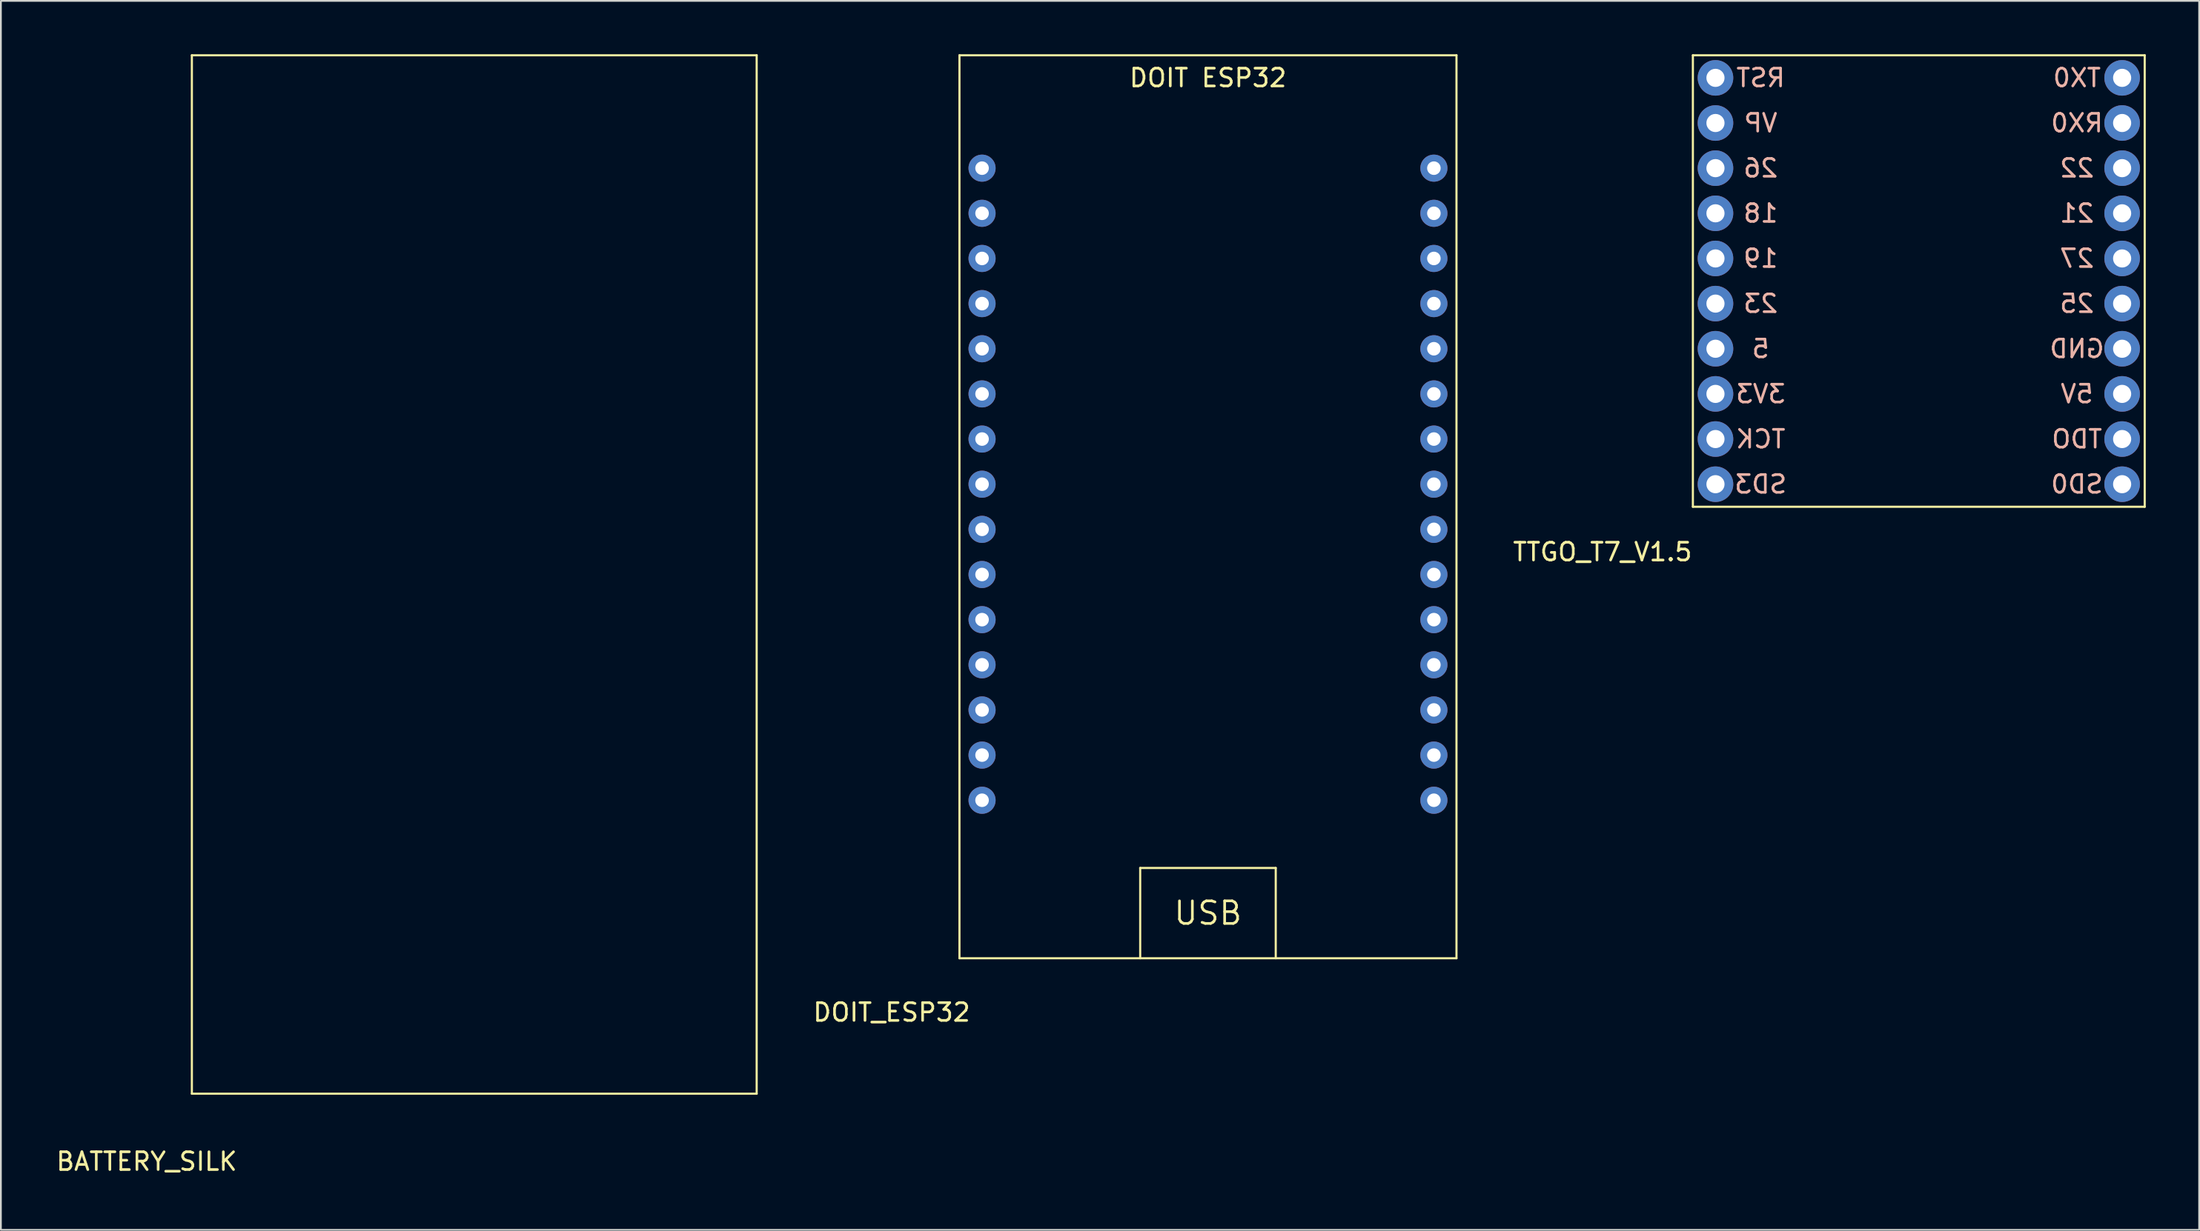
<source format=kicad_pcb>
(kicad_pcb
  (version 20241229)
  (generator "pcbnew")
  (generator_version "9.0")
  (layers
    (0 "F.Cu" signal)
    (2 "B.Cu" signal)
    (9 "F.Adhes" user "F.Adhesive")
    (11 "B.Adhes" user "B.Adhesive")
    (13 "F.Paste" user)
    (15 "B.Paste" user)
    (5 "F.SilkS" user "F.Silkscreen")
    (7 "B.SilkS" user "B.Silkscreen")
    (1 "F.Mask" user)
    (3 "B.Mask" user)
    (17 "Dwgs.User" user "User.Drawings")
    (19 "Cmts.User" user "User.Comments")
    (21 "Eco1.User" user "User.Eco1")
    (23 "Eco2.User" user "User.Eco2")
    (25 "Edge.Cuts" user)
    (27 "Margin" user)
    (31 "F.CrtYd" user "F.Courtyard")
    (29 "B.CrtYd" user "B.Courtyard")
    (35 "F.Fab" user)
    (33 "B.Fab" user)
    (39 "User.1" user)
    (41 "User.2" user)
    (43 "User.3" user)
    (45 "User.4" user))
  (footprint "DOIT_ESP32"
    (layer "F.Cu")
    (at 50.886 50.86)
    (property "Reference" "DOIT_ESP32" (at -3.81 3.04 0) (layer "F.SilkS") (effects (font (size 1 1) (thickness 0.15))))
    (attr through_hole)
    (fp_line (start 0 -50.8) (end 0 0) (stroke (width 0.12) (type solid)) (layer "F.SilkS"))
    (fp_line (start 0 0) (end 27.94 0) (stroke (width 0.12) (type solid)) (layer "F.SilkS"))
    (fp_line (start 10.16 -5.08) (end 17.78 -5.08) (stroke (width 0.12) (type solid)) (layer "F.SilkS"))
    (fp_line (start 10.16 0) (end 10.16 -5.08) (stroke (width 0.12) (type solid)) (layer "F.SilkS"))
    (fp_line (start 17.78 -5.08) (end 17.78 0) (stroke (width 0.12) (type solid)) (layer "F.SilkS"))
    (fp_line (start 27.94 -50.8) (end 0 -50.8) (stroke (width 0.12) (type solid)) (layer "F.SilkS"))
    (fp_line (start 27.94 0) (end 27.94 -50.8) (stroke (width 0.12) (type solid)) (layer "F.SilkS"))
    (fp_text user "USB" (at 13.97 -2.54 0) (layer "F.SilkS") (effects (font (size 1.27 1.27) (thickness 0.15))))
    (fp_text user "DOIT ESP32" (at 13.97 -49.53 0) (layer "F.SilkS") (effects (font (size 1 1) (thickness 0.15))))
    (pad "1" thru_hole circle (at 26.67 -8.89) (size 1.524 1.524) (drill 0.762) (layers "*.Cu" "*.Mask"))
    (pad "2" thru_hole circle (at 26.67 -11.43) (size 1.524 1.524) (drill 0.762) (layers "*.Cu" "*.Mask"))
    (pad "3" thru_hole circle (at 26.67 -13.97) (size 1.524 1.524) (drill 0.762) (layers "*.Cu" "*.Mask"))
    (pad "4" thru_hole circle (at 26.67 -16.51) (size 1.524 1.524) (drill 0.762) (layers "*.Cu" "*.Mask"))
    (pad "5" thru_hole circle (at 26.67 -19.05) (size 1.524 1.524) (drill 0.762) (layers "*.Cu" "*.Mask"))
    (pad "6" thru_hole circle (at 26.67 -21.59) (size 1.524 1.524) (drill 0.762) (layers "*.Cu" "*.Mask"))
    (pad "7" thru_hole circle (at 26.67 -24.13) (size 1.524 1.524) (drill 0.762) (layers "*.Cu" "*.Mask"))
    (pad "8" thru_hole circle (at 26.67 -26.67) (size 1.524 1.524) (drill 0.762) (layers "*.Cu" "*.Mask"))
    (pad "9" thru_hole circle (at 26.67 -29.21) (size 1.524 1.524) (drill 0.762) (layers "*.Cu" "*.Mask"))
    (pad "10" thru_hole circle (at 26.67 -31.75) (size 1.524 1.524) (drill 0.762) (layers "*.Cu" "*.Mask"))
    (pad "11" thru_hole circle (at 26.67 -34.29) (size 1.524 1.524) (drill 0.762) (layers "*.Cu" "*.Mask"))
    (pad "12" thru_hole circle (at 26.67 -36.83) (size 1.524 1.524) (drill 0.762) (layers "*.Cu" "*.Mask"))
    (pad "13" thru_hole circle (at 26.67 -39.37) (size 1.524 1.524) (drill 0.762) (layers "*.Cu" "*.Mask"))
    (pad "14" thru_hole circle (at 26.67 -41.91) (size 1.524 1.524) (drill 0.762) (layers "*.Cu" "*.Mask"))
    (pad "15" thru_hole circle (at 26.67 -44.45) (size 1.524 1.524) (drill 0.762) (layers "*.Cu" "*.Mask"))
    (pad "16" thru_hole circle (at 1.27 -44.45) (size 1.524 1.524) (drill 0.762) (layers "*.Cu" "*.Mask"))
    (pad "17" thru_hole circle (at 1.27 -41.91) (size 1.524 1.524) (drill 0.762) (layers "*.Cu" "*.Mask"))
    (pad "18" thru_hole circle (at 1.27 -39.37) (size 1.524 1.524) (drill 0.762) (layers "*.Cu" "*.Mask"))
    (pad "19" thru_hole circle (at 1.27 -36.83) (size 1.524 1.524) (drill 0.762) (layers "*.Cu" "*.Mask"))
    (pad "20" thru_hole circle (at 1.27 -34.29) (size 1.524 1.524) (drill 0.762) (layers "*.Cu" "*.Mask"))
    (pad "21" thru_hole circle (at 1.27 -31.75) (size 1.524 1.524) (drill 0.762) (layers "*.Cu" "*.Mask"))
    (pad "22" thru_hole circle (at 1.27 -29.21) (size 1.524 1.524) (drill 0.762) (layers "*.Cu" "*.Mask"))
    (pad "23" thru_hole circle (at 1.27 -26.67) (size 1.524 1.524) (drill 0.762) (layers "*.Cu" "*.Mask"))
    (pad "24" thru_hole circle (at 1.27 -24.13) (size 1.524 1.524) (drill 0.762) (layers "*.Cu" "*.Mask"))
    (pad "25" thru_hole circle (at 1.27 -21.59) (size 1.524 1.524) (drill 0.762) (layers "*.Cu" "*.Mask"))
    (pad "26" thru_hole circle (at 1.27 -19.05) (size 1.524 1.524) (drill 0.762) (layers "*.Cu" "*.Mask"))
    (pad "27" thru_hole circle (at 1.27 -16.51) (size 1.524 1.524) (drill 0.762) (layers "*.Cu" "*.Mask"))
    (pad "28" thru_hole circle (at 1.27 -13.97) (size 1.524 1.524) (drill 0.762) (layers "*.Cu" "*.Mask"))
    (pad "29" thru_hole circle (at 1.27 -11.43) (size 1.524 1.524) (drill 0.762) (layers "*.Cu" "*.Mask"))
    (pad "30" thru_hole circle (at 1.27 -8.89) (size 1.524 1.524) (drill 0.762) (layers "*.Cu" "*.Mask")))
  (footprint "BATTERY_SILK"
    (layer "F.Cu")
    (at 7.736 58.48)
    (property "Reference" "BATTERY_SILK" (at -2.54 3.81 0) (layer "F.SilkS") (effects (font (size 1 1) (thickness 0.15))))
    (attr through_hole)
    (fp_line (start 0 -58.42) (end 0 0) (stroke (width 0.12) (type solid)) (layer "F.SilkS"))
    (fp_line (start 0 0) (end 31.75 0) (stroke (width 0.12) (type solid)) (layer "F.SilkS"))
    (fp_line (start 31.75 -58.42) (end 0 -58.42) (stroke (width 0.12) (type solid)) (layer "F.SilkS"))
    (fp_line (start 31.75 0) (end 31.75 -58.42) (stroke (width 0.12) (type solid)) (layer "F.SilkS")))
  (footprint "TTGO_T7_V1.5"
    (layer "F.Cu")
    (at 92.115 25.46)
    (property "Reference" "TTGO_T7_V1.5" (at -5.08 2.54 0) (layer "F.SilkS") (effects (font (size 1 1) (thickness 0.15))))
    (attr through_hole)
    (fp_line (start 0 -25.4) (end 0 0) (stroke (width 0.12) (type solid)) (layer "F.SilkS"))
    (fp_line (start 0 0) (end 25.4 0) (stroke (width 0.12) (type solid)) (layer "F.SilkS"))
    (fp_line (start 25.4 -25.4) (end 0 -25.4) (stroke (width 0.12) (type solid)) (layer "F.SilkS"))
    (fp_line (start 25.4 0) (end 25.4 -25.4) (stroke (width 0.12) (type solid)) (layer "F.SilkS"))
    (fp_text user "VP" (at 3.81 -21.59 0) (layer "B.SilkS") (effects (font (size 1 1) (thickness 0.15)) (justify mirror)))
    (fp_text user "RST" (at 3.81 -24.13 0) (layer "B.SilkS") (effects (font (size 1 1) (thickness 0.15)) (justify mirror)))
    (fp_text user "TCK" (at 3.81 -3.81 0) (layer "B.SilkS") (effects (font (size 1 1) (thickness 0.15)) (justify mirror)))
    (fp_text user "22" (at 21.59 -19.05 0) (layer "B.SilkS") (effects (font (size 1 1) (thickness 0.15)) (justify mirror)))
    (fp_text user "TX0" (at 21.59 -24.13 0) (layer "B.SilkS") (effects (font (size 1 1) (thickness 0.15)) (justify mirror)))
    (fp_text user "27" (at 21.59 -13.97 0) (layer "B.SilkS") (effects (font (size 1 1) (thickness 0.15)) (justify mirror)))
    (fp_text user "26" (at 3.81 -19.05 0) (layer "B.SilkS") (effects (font (size 1 1) (thickness 0.15)) (justify mirror)))
    (fp_text user "25" (at 21.59 -11.43 0) (layer "B.SilkS") (effects (font (size 1 1) (thickness 0.15)) (justify mirror)))
    (fp_text user "3V3" (at 3.81 -6.35 0) (layer "B.SilkS") (effects (font (size 1 1) (thickness 0.15)) (justify mirror)))
    (fp_text user "21" (at 21.59 -16.51 0) (layer "B.SilkS") (effects (font (size 1 1) (thickness 0.15)) (justify mirror)))
    (fp_text user "SD0" (at 21.59 -1.27 0) (layer "B.SilkS") (effects (font (size 1 1) (thickness 0.15)) (justify mirror)))
    (fp_text user "23" (at 3.81 -11.43 0) (layer "B.SilkS") (effects (font (size 1 1) (thickness 0.15)) (justify mirror)))
    (fp_text user "GND" (at 21.59 -8.89 0) (layer "B.SilkS") (effects (font (size 1 1) (thickness 0.15)) (justify mirror)))
    (fp_text user "SD3" (at 3.81 -1.27 0) (layer "B.SilkS") (effects (font (size 1 1) (thickness 0.15)) (justify mirror)))
    (fp_text user "5V" (at 21.59 -6.35 0) (layer "B.SilkS") (effects (font (size 1 1) (thickness 0.15)) (justify mirror)))
    (fp_text user "5" (at 3.81 -8.89 0) (layer "B.SilkS") (effects (font (size 1 1) (thickness 0.15)) (justify mirror)))
    (fp_text user "RX0" (at 21.59 -21.59 0) (layer "B.SilkS") (effects (font (size 1 1) (thickness 0.15)) (justify mirror)))
    (fp_text user "18" (at 3.81 -16.51 0) (layer "B.SilkS") (effects (font (size 1 1) (thickness 0.15)) (justify mirror)))
    (fp_text user "19" (at 3.81 -13.97 0) (layer "B.SilkS") (effects (font (size 1 1) (thickness 0.15)) (justify mirror)))
    (fp_text user "TDO" (at 21.59 -3.81 0) (layer "B.SilkS") (effects (font (size 1 1) (thickness 0.15)) (justify mirror)))
    (pad "1" thru_hole circle (at 1.27 -1.27) (size 2 2) (drill 1.02) (layers "*.Cu" "*.Mask"))
    (pad "2" thru_hole circle (at 1.27 -3.81) (size 2 2) (drill 1.02) (layers "*.Cu" "*.Mask"))
    (pad "3" thru_hole circle (at 1.27 -6.35) (size 2 2) (drill 1.02) (layers "*.Cu" "*.Mask"))
    (pad "4" thru_hole circle (at 1.27 -8.89) (size 2 2) (drill 1.02) (layers "*.Cu" "*.Mask"))
    (pad "5" thru_hole circle (at 1.27 -11.43) (size 2 2) (drill 1.02) (layers "*.Cu" "*.Mask"))
    (pad "6" thru_hole circle (at 1.27 -13.97) (size 2 2) (drill 1.02) (layers "*.Cu" "*.Mask"))
    (pad "7" thru_hole circle (at 1.27 -16.51) (size 2 2) (drill 1.02) (layers "*.Cu" "*.Mask"))
    (pad "8" thru_hole circle (at 1.27 -19.05) (size 2 2) (drill 1.02) (layers "*.Cu" "*.Mask"))
    (pad "9" thru_hole circle (at 1.27 -21.59) (size 2 2) (drill 1.02) (layers "*.Cu" "*.Mask"))
    (pad "10" thru_hole circle (at 1.27 -24.13) (size 2 2) (drill 1.02) (layers "*.Cu" "*.Mask"))
    (pad "11" thru_hole circle (at 24.13 -24.13) (size 2 2) (drill 1.02) (layers "*.Cu" "*.Mask"))
    (pad "12" thru_hole circle (at 24.13 -21.59) (size 2 2) (drill 1.02) (layers "*.Cu" "*.Mask"))
    (pad "13" thru_hole circle (at 24.13 -19.05) (size 2 2) (drill 1.02) (layers "*.Cu" "*.Mask"))
    (pad "14" thru_hole circle (at 24.13 -16.51) (size 2 2) (drill 1.02) (layers "*.Cu" "*.Mask"))
    (pad "15" thru_hole circle (at 24.13 -13.97) (size 2 2) (drill 1.02) (layers "*.Cu" "*.Mask"))
    (pad "16" thru_hole circle (at 24.13 -11.43) (size 2 2) (drill 1.02) (layers "*.Cu" "*.Mask"))
    (pad "17" thru_hole circle (at 24.13 -8.89) (size 2 2) (drill 1.02) (layers "*.Cu" "*.Mask"))
    (pad "18" thru_hole circle (at 24.13 -6.35) (size 2 2) (drill 1.02) (layers "*.Cu" "*.Mask"))
    (pad "19" thru_hole circle (at 24.13 -3.81) (size 2 2) (drill 1.02) (layers "*.Cu" "*.Mask"))
    (pad "20" thru_hole circle (at 24.13 -1.27) (size 2 2) (drill 1.02) (layers "*.Cu" "*.Mask")))
  (gr_rect
    (start -3 -3)
    (end 120.575 66.138)
    (stroke (width 0.1) (type default))
    (fill no)
    (layer "Edge.Cuts")))
</source>
